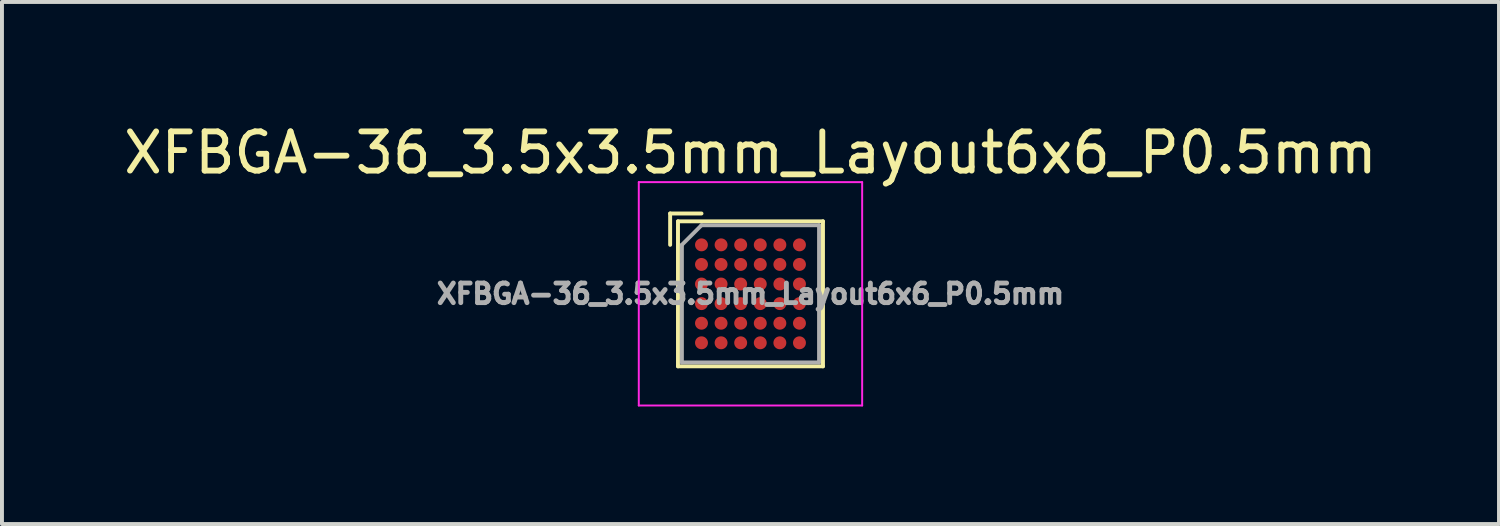
<source format=kicad_pcb>
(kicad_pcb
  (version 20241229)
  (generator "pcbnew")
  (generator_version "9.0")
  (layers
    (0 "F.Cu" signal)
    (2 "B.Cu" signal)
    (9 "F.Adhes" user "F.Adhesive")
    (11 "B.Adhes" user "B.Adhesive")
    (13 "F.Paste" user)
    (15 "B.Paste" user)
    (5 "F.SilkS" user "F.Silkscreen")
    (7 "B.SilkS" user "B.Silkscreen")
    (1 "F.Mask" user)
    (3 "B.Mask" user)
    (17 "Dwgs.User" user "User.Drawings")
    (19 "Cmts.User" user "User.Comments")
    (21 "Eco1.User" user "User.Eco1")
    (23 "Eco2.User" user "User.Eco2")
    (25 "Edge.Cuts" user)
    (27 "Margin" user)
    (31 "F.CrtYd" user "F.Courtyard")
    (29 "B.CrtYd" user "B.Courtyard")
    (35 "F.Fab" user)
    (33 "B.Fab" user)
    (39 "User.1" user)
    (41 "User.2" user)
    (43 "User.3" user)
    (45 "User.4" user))
  (footprint "XFBGA-36_3.5x3.5mm_Layout6x6_P0.5mm"
    (layer "F.Cu")
    (at 16.101 4.448)
    (property "Reference" "XFBGA-36_3.5x3.5mm_Layout6x6_P0.5mm" (at 0 -3.6 0) (layer "F.SilkS") (effects (font (size 1 1) (thickness 0.15))))
    (attr smd)
    (fp_line (start -2.05 -2.05) (end -2.05 -1.25) (stroke (width 0.1) (type solid)) (layer "F.SilkS"))
    (fp_line (start -1.85 -1.85) (end 1.85 -1.85) (stroke (width 0.1) (type solid)) (layer "F.SilkS"))
    (fp_line (start -1.85 1.85) (end -1.85 -1.85) (stroke (width 0.1) (type solid)) (layer "F.SilkS"))
    (fp_line (start -1.85 1.85) (end 1.85 1.85) (stroke (width 0.1) (type solid)) (layer "F.SilkS"))
    (fp_line (start -1.25 -2.05) (end -2.05 -2.05) (stroke (width 0.1) (type solid)) (layer "F.SilkS"))
    (fp_line (start 1.85 1.85) (end 1.85 -1.85) (stroke (width 0.1) (type solid)) (layer "F.SilkS"))
    (fp_line (start -2.85 -2.85) (end 2.85 -2.85) (stroke (width 0.05) (type solid)) (layer "F.CrtYd"))
    (fp_line (start -2.85 2.85) (end -2.85 -2.85) (stroke (width 0.05) (type solid)) (layer "F.CrtYd"))
    (fp_line (start -2.85 2.85) (end 2.85 2.85) (stroke (width 0.05) (type solid)) (layer "F.CrtYd"))
    (fp_line (start 2.85 2.85) (end 2.85 -2.85) (stroke (width 0.05) (type solid)) (layer "F.CrtYd"))
    (fp_line (start -1.75 -1.25) (end -1.25 -1.75) (stroke (width 0.1) (type solid)) (layer "F.Fab"))
    (fp_line (start -1.75 1.75) (end -1.75 -1.25) (stroke (width 0.1) (type solid)) (layer "F.Fab"))
    (fp_line (start -1.75 1.75) (end 1.75 1.75) (stroke (width 0.1) (type solid)) (layer "F.Fab"))
    (fp_line (start -1.25 -1.75) (end 1.75 -1.75) (stroke (width 0.1) (type solid)) (layer "F.Fab"))
    (fp_line (start 1.75 1.75) (end 1.75 -1.75) (stroke (width 0.1) (type solid)) (layer "F.Fab"))
    (fp_text user "${REFERENCE}" (at 0 0 0) (layer "F.Fab") (effects (font (size 0.5 0.5) (thickness 0.125))))
    (pad "A1" smd circle (at -1.25 -1.25) (size 0.33 0.33) (layers "F.Cu" "F.Mask" "F.Paste"))
    (pad "A2" smd circle (at -0.75 -1.25) (size 0.33 0.33) (layers "F.Cu" "F.Mask" "F.Paste"))
    (pad "A3" smd circle (at -0.25 -1.25) (size 0.33 0.33) (layers "F.Cu" "F.Mask" "F.Paste"))
    (pad "A4" smd circle (at 0.25 -1.25) (size 0.33 0.33) (layers "F.Cu" "F.Mask" "F.Paste"))
    (pad "A5" smd circle (at 0.75 -1.25) (size 0.33 0.33) (layers "F.Cu" "F.Mask" "F.Paste"))
    (pad "A6" smd circle (at 1.25 -1.25) (size 0.33 0.33) (layers "F.Cu" "F.Mask" "F.Paste"))
    (pad "B1" smd circle (at -1.25 -0.75) (size 0.33 0.33) (layers "F.Cu" "F.Mask" "F.Paste"))
    (pad "B2" smd circle (at -0.75 -0.75) (size 0.33 0.33) (layers "F.Cu" "F.Mask" "F.Paste"))
    (pad "B3" smd circle (at -0.25 -0.75) (size 0.33 0.33) (layers "F.Cu" "F.Mask" "F.Paste"))
    (pad "B4" smd circle (at 0.25 -0.75) (size 0.33 0.33) (layers "F.Cu" "F.Mask" "F.Paste"))
    (pad "B5" smd circle (at 0.75 -0.75) (size 0.33 0.33) (layers "F.Cu" "F.Mask" "F.Paste"))
    (pad "B6" smd circle (at 1.25 -0.75) (size 0.33 0.33) (layers "F.Cu" "F.Mask" "F.Paste"))
    (pad "C1" smd circle (at -1.25 -0.25) (size 0.33 0.33) (layers "F.Cu" "F.Mask" "F.Paste"))
    (pad "C2" smd circle (at -0.75 -0.25) (size 0.33 0.33) (layers "F.Cu" "F.Mask" "F.Paste"))
    (pad "C3" smd circle (at -0.25 -0.25) (size 0.33 0.33) (layers "F.Cu" "F.Mask" "F.Paste"))
    (pad "C4" smd circle (at 0.25 -0.25) (size 0.33 0.33) (layers "F.Cu" "F.Mask" "F.Paste"))
    (pad "C5" smd circle (at 0.75 -0.25) (size 0.33 0.33) (layers "F.Cu" "F.Mask" "F.Paste"))
    (pad "C6" smd circle (at 1.25 -0.25) (size 0.33 0.33) (layers "F.Cu" "F.Mask" "F.Paste"))
    (pad "D1" smd circle (at -1.25 0.25) (size 0.33 0.33) (layers "F.Cu" "F.Mask" "F.Paste"))
    (pad "D2" smd circle (at -0.75 0.25) (size 0.33 0.33) (layers "F.Cu" "F.Mask" "F.Paste"))
    (pad "D3" smd circle (at -0.25 0.25) (size 0.33 0.33) (layers "F.Cu" "F.Mask" "F.Paste"))
    (pad "D4" smd circle (at 0.25 0.25) (size 0.33 0.33) (layers "F.Cu" "F.Mask" "F.Paste"))
    (pad "D5" smd circle (at 0.75 0.25) (size 0.33 0.33) (layers "F.Cu" "F.Mask" "F.Paste"))
    (pad "D6" smd circle (at 1.25 0.25) (size 0.33 0.33) (layers "F.Cu" "F.Mask" "F.Paste"))
    (pad "E1" smd circle (at -1.25 0.75) (size 0.33 0.33) (layers "F.Cu" "F.Mask" "F.Paste"))
    (pad "E2" smd circle (at -0.75 0.75) (size 0.33 0.33) (layers "F.Cu" "F.Mask" "F.Paste"))
    (pad "E3" smd circle (at -0.25 0.75) (size 0.33 0.33) (layers "F.Cu" "F.Mask" "F.Paste"))
    (pad "E4" smd circle (at 0.25 0.75) (size 0.33 0.33) (layers "F.Cu" "F.Mask" "F.Paste"))
    (pad "E5" smd circle (at 0.75 0.75) (size 0.33 0.33) (layers "F.Cu" "F.Mask" "F.Paste"))
    (pad "E6" smd circle (at 1.25 0.75) (size 0.33 0.33) (layers "F.Cu" "F.Mask" "F.Paste"))
    (pad "F1" smd circle (at -1.25 1.25) (size 0.33 0.33) (layers "F.Cu" "F.Mask" "F.Paste"))
    (pad "F2" smd circle (at -0.75 1.25) (size 0.33 0.33) (layers "F.Cu" "F.Mask" "F.Paste"))
    (pad "F3" smd circle (at -0.25 1.25) (size 0.33 0.33) (layers "F.Cu" "F.Mask" "F.Paste"))
    (pad "F4" smd circle (at 0.25 1.25) (size 0.33 0.33) (layers "F.Cu" "F.Mask" "F.Paste"))
    (pad "F5" smd circle (at 0.75 1.25) (size 0.33 0.33) (layers "F.Cu" "F.Mask" "F.Paste"))
    (pad "F6" smd circle (at 1.25 1.25) (size 0.33 0.33) (layers "F.Cu" "F.Mask" "F.Paste")))
  (gr_rect
    (start -3 -3)
    (end 35.202 10.323)
    (stroke (width 0.1) (type default))
    (fill no)
    (layer "Edge.Cuts")))
</source>
